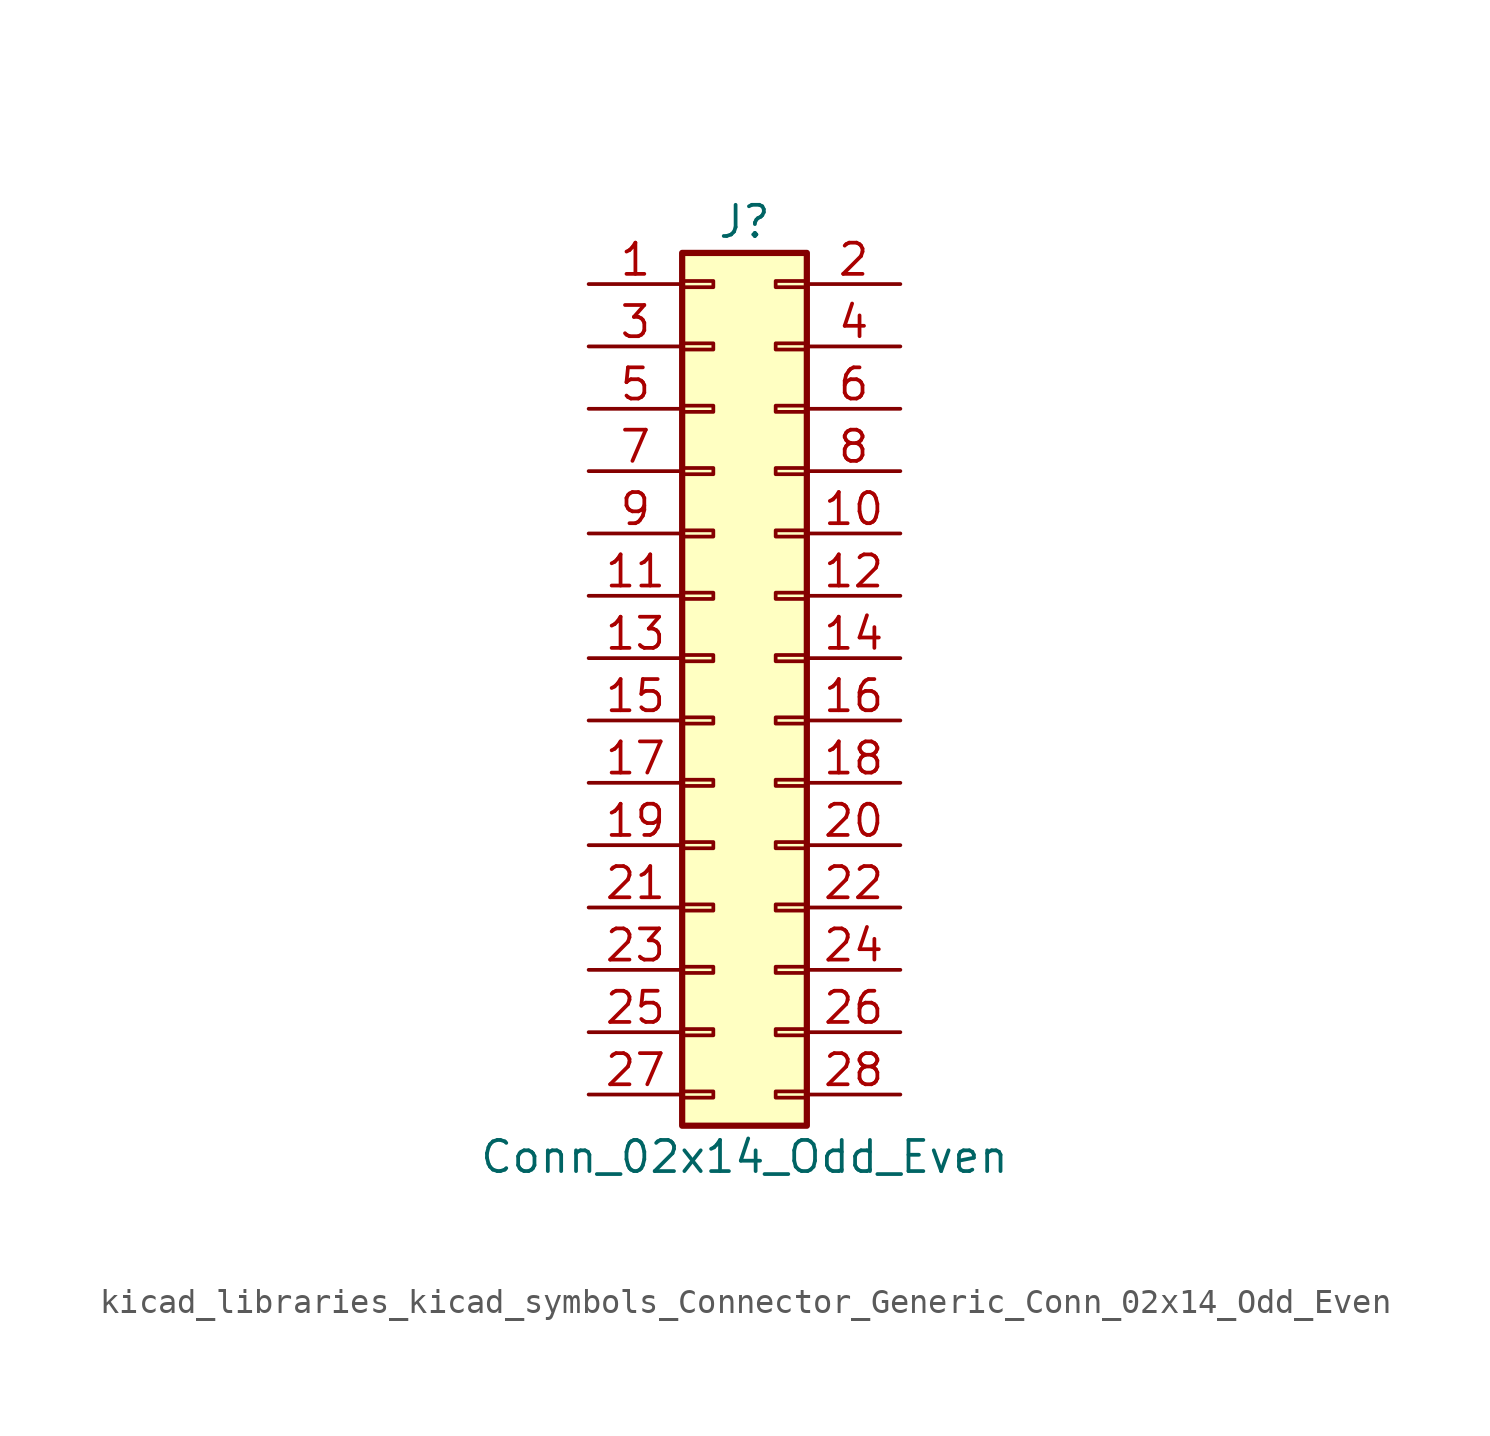
<source format=kicad_sym>
(kicad_symbol_lib
  (version 20220914)
  (generator kicad_symbol_editor)
  (symbol "kicad_libraries_kicad_symbols_Connector_Generic_Conn_02x14_Odd_Even"
    (pin_names
      (offset 1.016) hide)
    (property "Reference" "J"
      (at 1.27 17.78 0)
      (effects (font (size 1.27 1.27))))
    (property "Value" "Conn_02x14_Odd_Even"
      (at 1.27 -20.32 0)
      (effects (font (size 1.27 1.27))))
    (symbol "kicad_libraries_kicad_symbols_Connector_Generic_Conn_02x14_Odd_Even_1_1"
      (rectangle (start -1.27 -17.653) (end 0 -17.907) (stroke (width 0.152) (type default)) (fill (type none)))
      (rectangle (start -1.27 -15.113) (end 0 -15.367) (stroke (width 0.152) (type default)) (fill (type none)))
      (rectangle (start -1.27 -12.573) (end 0 -12.827) (stroke (width 0.152) (type default)) (fill (type none)))
      (rectangle (start -1.27 -10.033) (end 0 -10.287) (stroke (width 0.152) (type default)) (fill (type none)))
      (rectangle (start -1.27 -7.493) (end 0 -7.747) (stroke (width 0.152) (type default)) (fill (type none)))
      (rectangle (start -1.27 -4.953) (end 0 -5.207) (stroke (width 0.152) (type default)) (fill (type none)))
      (rectangle (start -1.27 -2.413) (end 0 -2.667) (stroke (width 0.152) (type default)) (fill (type none)))
      (rectangle (start -1.27 0.127) (end 0 -0.127) (stroke (width 0.152) (type default)) (fill (type none)))
      (rectangle (start -1.27 2.667) (end 0 2.413) (stroke (width 0.152) (type default)) (fill (type none)))
      (rectangle (start -1.27 5.207) (end 0 4.953) (stroke (width 0.152) (type default)) (fill (type none)))
      (rectangle (start -1.27 7.747) (end 0 7.493) (stroke (width 0.152) (type default)) (fill (type none)))
      (rectangle (start -1.27 10.287) (end 0 10.033) (stroke (width 0.152) (type default)) (fill (type none)))
      (rectangle (start -1.27 12.827) (end 0 12.573) (stroke (width 0.152) (type default)) (fill (type none)))
      (rectangle (start -1.27 15.367) (end 0 15.113) (stroke (width 0.152) (type default)) (fill (type none)))
      (rectangle (start -1.27 16.51) (end 3.81 -19.05) (stroke (width 0.254) (type default)) (fill (type background)))
      (rectangle (start 3.81 -17.653) (end 2.54 -17.907) (stroke (width 0.152) (type default)) (fill (type none)))
      (rectangle (start 3.81 -15.113) (end 2.54 -15.367) (stroke (width 0.152) (type default)) (fill (type none)))
      (rectangle (start 3.81 -12.573) (end 2.54 -12.827) (stroke (width 0.152) (type default)) (fill (type none)))
      (rectangle (start 3.81 -10.033) (end 2.54 -10.287) (stroke (width 0.152) (type default)) (fill (type none)))
      (rectangle (start 3.81 -7.493) (end 2.54 -7.747) (stroke (width 0.152) (type default)) (fill (type none)))
      (rectangle (start 3.81 -4.953) (end 2.54 -5.207) (stroke (width 0.152) (type default)) (fill (type none)))
      (rectangle (start 3.81 -2.413) (end 2.54 -2.667) (stroke (width 0.152) (type default)) (fill (type none)))
      (rectangle (start 3.81 0.127) (end 2.54 -0.127) (stroke (width 0.152) (type default)) (fill (type none)))
      (rectangle (start 3.81 2.667) (end 2.54 2.413) (stroke (width 0.152) (type default)) (fill (type none)))
      (rectangle (start 3.81 5.207) (end 2.54 4.953) (stroke (width 0.152) (type default)) (fill (type none)))
      (rectangle (start 3.81 7.747) (end 2.54 7.493) (stroke (width 0.152) (type default)) (fill (type none)))
      (rectangle (start 3.81 10.287) (end 2.54 10.033) (stroke (width 0.152) (type default)) (fill (type none)))
      (rectangle (start 3.81 12.827) (end 2.54 12.573) (stroke (width 0.152) (type default)) (fill (type none)))
      (rectangle (start 3.81 15.367) (end 2.54 15.113) (stroke (width 0.152) (type default)) (fill (type none)))
      (pin passive line (at -5.08 15.24 0) (length 3.81) (name "Pin_1" (effects (font (size 1.27 1.27)))) (number "1" (effects (font (size 1.27 1.27)))))
      (pin passive line (at 7.62 5.08 180) (length 3.81) (name "Pin_10" (effects (font (size 1.27 1.27)))) (number "10" (effects (font (size 1.27 1.27)))))
      (pin passive line (at -5.08 2.54 0) (length 3.81) (name "Pin_11" (effects (font (size 1.27 1.27)))) (number "11" (effects (font (size 1.27 1.27)))))
      (pin passive line (at 7.62 2.54 180) (length 3.81) (name "Pin_12" (effects (font (size 1.27 1.27)))) (number "12" (effects (font (size 1.27 1.27)))))
      (pin passive line (at -5.08 0 0) (length 3.81) (name "Pin_13" (effects (font (size 1.27 1.27)))) (number "13" (effects (font (size 1.27 1.27)))))
      (pin passive line (at 7.62 0 180) (length 3.81) (name "Pin_14" (effects (font (size 1.27 1.27)))) (number "14" (effects (font (size 1.27 1.27)))))
      (pin passive line (at -5.08 -2.54 0) (length 3.81) (name "Pin_15" (effects (font (size 1.27 1.27)))) (number "15" (effects (font (size 1.27 1.27)))))
      (pin passive line (at 7.62 -2.54 180) (length 3.81) (name "Pin_16" (effects (font (size 1.27 1.27)))) (number "16" (effects (font (size 1.27 1.27)))))
      (pin passive line (at -5.08 -5.08 0) (length 3.81) (name "Pin_17" (effects (font (size 1.27 1.27)))) (number "17" (effects (font (size 1.27 1.27)))))
      (pin passive line (at 7.62 -5.08 180) (length 3.81) (name "Pin_18" (effects (font (size 1.27 1.27)))) (number "18" (effects (font (size 1.27 1.27)))))
      (pin passive line (at -5.08 -7.62 0) (length 3.81) (name "Pin_19" (effects (font (size 1.27 1.27)))) (number "19" (effects (font (size 1.27 1.27)))))
      (pin passive line (at 7.62 15.24 180) (length 3.81) (name "Pin_2" (effects (font (size 1.27 1.27)))) (number "2" (effects (font (size 1.27 1.27)))))
      (pin passive line (at 7.62 -7.62 180) (length 3.81) (name "Pin_20" (effects (font (size 1.27 1.27)))) (number "20" (effects (font (size 1.27 1.27)))))
      (pin passive line (at -5.08 -10.16 0) (length 3.81) (name "Pin_21" (effects (font (size 1.27 1.27)))) (number "21" (effects (font (size 1.27 1.27)))))
      (pin passive line (at 7.62 -10.16 180) (length 3.81) (name "Pin_22" (effects (font (size 1.27 1.27)))) (number "22" (effects (font (size 1.27 1.27)))))
      (pin passive line (at -5.08 -12.7 0) (length 3.81) (name "Pin_23" (effects (font (size 1.27 1.27)))) (number "23" (effects (font (size 1.27 1.27)))))
      (pin passive line (at 7.62 -12.7 180) (length 3.81) (name "Pin_24" (effects (font (size 1.27 1.27)))) (number "24" (effects (font (size 1.27 1.27)))))
      (pin passive line (at -5.08 -15.24 0) (length 3.81) (name "Pin_25" (effects (font (size 1.27 1.27)))) (number "25" (effects (font (size 1.27 1.27)))))
      (pin passive line (at 7.62 -15.24 180) (length 3.81) (name "Pin_26" (effects (font (size 1.27 1.27)))) (number "26" (effects (font (size 1.27 1.27)))))
      (pin passive line (at -5.08 -17.78 0) (length 3.81) (name "Pin_27" (effects (font (size 1.27 1.27)))) (number "27" (effects (font (size 1.27 1.27)))))
      (pin passive line (at 7.62 -17.78 180) (length 3.81) (name "Pin_28" (effects (font (size 1.27 1.27)))) (number "28" (effects (font (size 1.27 1.27)))))
      (pin passive line (at -5.08 12.7 0) (length 3.81) (name "Pin_3" (effects (font (size 1.27 1.27)))) (number "3" (effects (font (size 1.27 1.27)))))
      (pin passive line (at 7.62 12.7 180) (length 3.81) (name "Pin_4" (effects (font (size 1.27 1.27)))) (number "4" (effects (font (size 1.27 1.27)))))
      (pin passive line (at -5.08 10.16 0) (length 3.81) (name "Pin_5" (effects (font (size 1.27 1.27)))) (number "5" (effects (font (size 1.27 1.27)))))
      (pin passive line (at 7.62 10.16 180) (length 3.81) (name "Pin_6" (effects (font (size 1.27 1.27)))) (number "6" (effects (font (size 1.27 1.27)))))
      (pin passive line (at -5.08 7.62 0) (length 3.81) (name "Pin_7" (effects (font (size 1.27 1.27)))) (number "7" (effects (font (size 1.27 1.27)))))
      (pin passive line (at 7.62 7.62 180) (length 3.81) (name "Pin_8" (effects (font (size 1.27 1.27)))) (number "8" (effects (font (size 1.27 1.27)))))
      (pin passive line (at -5.08 5.08 0) (length 3.81) (name "Pin_9" (effects (font (size 1.27 1.27)))) (number "9" (effects (font (size 1.27 1.27))))))))
</source>
